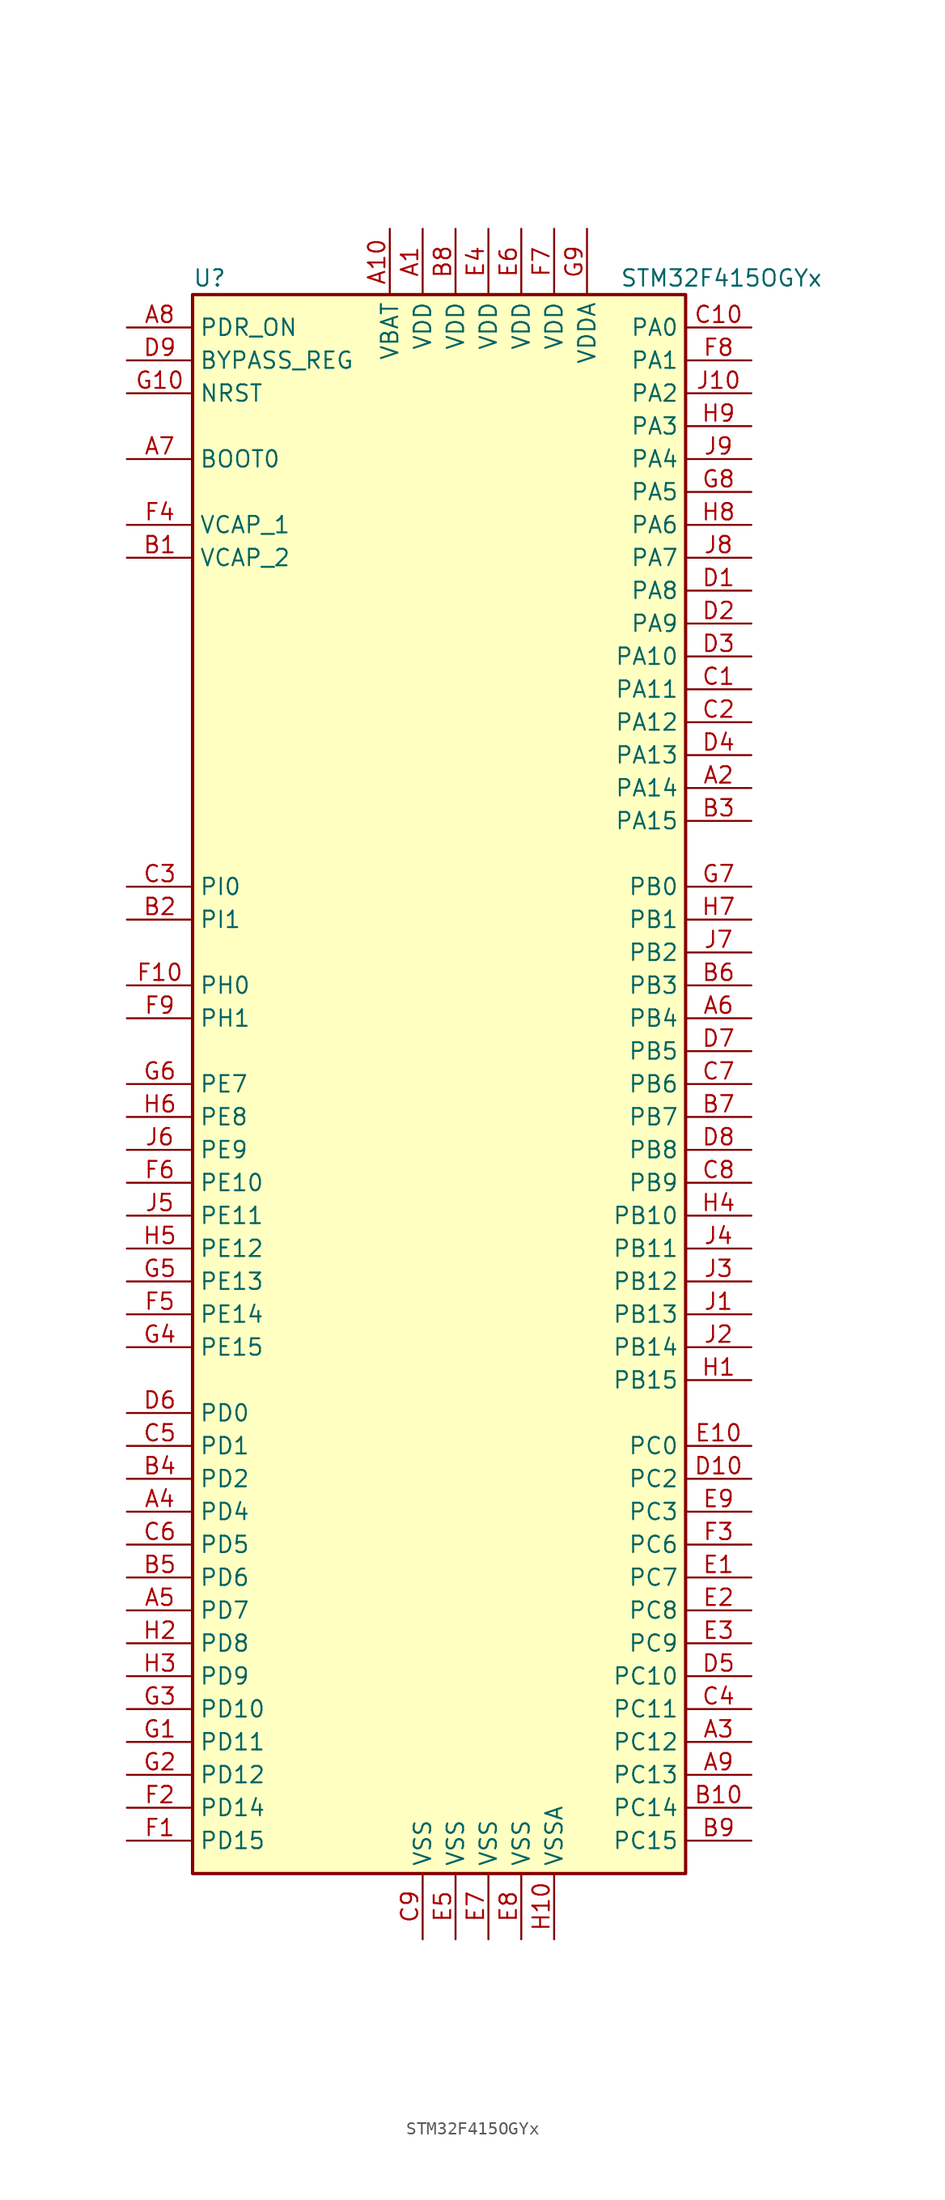
<source format=kicad_sym>
(kicad_symbol_lib
  (version 20201005)
  (generator kicad_symbol_editor)
  (symbol "MCU_ST_STM32F4:STM32F415OGYx"
    (property "Reference" "U"
      (at -20.32 62.23 0)
      (effects (font (size 1.27 1.27)) (justify left)))
    (property "Value" "STM32F415OGYx"
      (at 12.7 62.23 0)
      (effects (font (size 1.27 1.27)) (justify left)))
    (symbol "STM32F415OGYx_0_1"
      (rectangle (start -20.32 -60.96) (end 17.78 60.96) (stroke (width 0.254)) (fill (type background))))
    (symbol "STM32F415OGYx_1_1"
      (pin input line (at -25.4 48.26 0) (length 5.08) (name "BOOT0" (effects (font (size 1.27 1.27)))) (number "A7" (effects (font (size 1.27 1.27)))))
      (pin input line (at -25.4 55.88 0) (length 5.08) (name "BYPASS_REG" (effects (font (size 1.27 1.27)))) (number "D9" (effects (font (size 1.27 1.27)))))
      (pin input line (at -25.4 53.34 0) (length 5.08) (name "NRST" (effects (font (size 1.27 1.27)))) (number "G10" (effects (font (size 1.27 1.27)))))
      (pin bidirectional line (at 22.86 58.42 180) (length 5.08) (name "PA0" (effects (font (size 1.27 1.27)))) (number "C10" (effects (font (size 1.27 1.27)))))
      (pin bidirectional line (at 22.86 55.88 180) (length 5.08) (name "PA1" (effects (font (size 1.27 1.27)))) (number "F8" (effects (font (size 1.27 1.27)))))
      (pin bidirectional line (at 22.86 33.02 180) (length 5.08) (name "PA10" (effects (font (size 1.27 1.27)))) (number "D3" (effects (font (size 1.27 1.27)))))
      (pin bidirectional line (at 22.86 30.48 180) (length 5.08) (name "PA11" (effects (font (size 1.27 1.27)))) (number "C1" (effects (font (size 1.27 1.27)))))
      (pin bidirectional line (at 22.86 27.94 180) (length 5.08) (name "PA12" (effects (font (size 1.27 1.27)))) (number "C2" (effects (font (size 1.27 1.27)))))
      (pin bidirectional line (at 22.86 25.4 180) (length 5.08) (name "PA13" (effects (font (size 1.27 1.27)))) (number "D4" (effects (font (size 1.27 1.27)))))
      (pin bidirectional line (at 22.86 22.86 180) (length 5.08) (name "PA14" (effects (font (size 1.27 1.27)))) (number "A2" (effects (font (size 1.27 1.27)))))
      (pin bidirectional line (at 22.86 20.32 180) (length 5.08) (name "PA15" (effects (font (size 1.27 1.27)))) (number "B3" (effects (font (size 1.27 1.27)))))
      (pin bidirectional line (at 22.86 53.34 180) (length 5.08) (name "PA2" (effects (font (size 1.27 1.27)))) (number "J10" (effects (font (size 1.27 1.27)))))
      (pin bidirectional line (at 22.86 50.8 180) (length 5.08) (name "PA3" (effects (font (size 1.27 1.27)))) (number "H9" (effects (font (size 1.27 1.27)))))
      (pin bidirectional line (at 22.86 48.26 180) (length 5.08) (name "PA4" (effects (font (size 1.27 1.27)))) (number "J9" (effects (font (size 1.27 1.27)))))
      (pin bidirectional line (at 22.86 45.72 180) (length 5.08) (name "PA5" (effects (font (size 1.27 1.27)))) (number "G8" (effects (font (size 1.27 1.27)))))
      (pin bidirectional line (at 22.86 43.18 180) (length 5.08) (name "PA6" (effects (font (size 1.27 1.27)))) (number "H8" (effects (font (size 1.27 1.27)))))
      (pin bidirectional line (at 22.86 40.64 180) (length 5.08) (name "PA7" (effects (font (size 1.27 1.27)))) (number "J8" (effects (font (size 1.27 1.27)))))
      (pin bidirectional line (at 22.86 38.1 180) (length 5.08) (name "PA8" (effects (font (size 1.27 1.27)))) (number "D1" (effects (font (size 1.27 1.27)))))
      (pin bidirectional line (at 22.86 35.56 180) (length 5.08) (name "PA9" (effects (font (size 1.27 1.27)))) (number "D2" (effects (font (size 1.27 1.27)))))
      (pin bidirectional line (at 22.86 15.24 180) (length 5.08) (name "PB0" (effects (font (size 1.27 1.27)))) (number "G7" (effects (font (size 1.27 1.27)))))
      (pin bidirectional line (at 22.86 12.7 180) (length 5.08) (name "PB1" (effects (font (size 1.27 1.27)))) (number "H7" (effects (font (size 1.27 1.27)))))
      (pin bidirectional line (at 22.86 -10.16 180) (length 5.08) (name "PB10" (effects (font (size 1.27 1.27)))) (number "H4" (effects (font (size 1.27 1.27)))))
      (pin bidirectional line (at 22.86 -12.7 180) (length 5.08) (name "PB11" (effects (font (size 1.27 1.27)))) (number "J4" (effects (font (size 1.27 1.27)))))
      (pin bidirectional line (at 22.86 -15.24 180) (length 5.08) (name "PB12" (effects (font (size 1.27 1.27)))) (number "J3" (effects (font (size 1.27 1.27)))))
      (pin bidirectional line (at 22.86 -17.78 180) (length 5.08) (name "PB13" (effects (font (size 1.27 1.27)))) (number "J1" (effects (font (size 1.27 1.27)))))
      (pin bidirectional line (at 22.86 -20.32 180) (length 5.08) (name "PB14" (effects (font (size 1.27 1.27)))) (number "J2" (effects (font (size 1.27 1.27)))))
      (pin bidirectional line (at 22.86 -22.86 180) (length 5.08) (name "PB15" (effects (font (size 1.27 1.27)))) (number "H1" (effects (font (size 1.27 1.27)))))
      (pin bidirectional line (at 22.86 10.16 180) (length 5.08) (name "PB2" (effects (font (size 1.27 1.27)))) (number "J7" (effects (font (size 1.27 1.27)))))
      (pin bidirectional line (at 22.86 7.62 180) (length 5.08) (name "PB3" (effects (font (size 1.27 1.27)))) (number "B6" (effects (font (size 1.27 1.27)))))
      (pin bidirectional line (at 22.86 5.08 180) (length 5.08) (name "PB4" (effects (font (size 1.27 1.27)))) (number "A6" (effects (font (size 1.27 1.27)))))
      (pin bidirectional line (at 22.86 2.54 180) (length 5.08) (name "PB5" (effects (font (size 1.27 1.27)))) (number "D7" (effects (font (size 1.27 1.27)))))
      (pin bidirectional line (at 22.86 0 180) (length 5.08) (name "PB6" (effects (font (size 1.27 1.27)))) (number "C7" (effects (font (size 1.27 1.27)))))
      (pin bidirectional line (at 22.86 -2.54 180) (length 5.08) (name "PB7" (effects (font (size 1.27 1.27)))) (number "B7" (effects (font (size 1.27 1.27)))))
      (pin bidirectional line (at 22.86 -5.08 180) (length 5.08) (name "PB8" (effects (font (size 1.27 1.27)))) (number "D8" (effects (font (size 1.27 1.27)))))
      (pin bidirectional line (at 22.86 -7.62 180) (length 5.08) (name "PB9" (effects (font (size 1.27 1.27)))) (number "C8" (effects (font (size 1.27 1.27)))))
      (pin bidirectional line (at 22.86 -27.94 180) (length 5.08) (name "PC0" (effects (font (size 1.27 1.27)))) (number "E10" (effects (font (size 1.27 1.27)))))
      (pin bidirectional line (at 22.86 -45.72 180) (length 5.08) (name "PC10" (effects (font (size 1.27 1.27)))) (number "D5" (effects (font (size 1.27 1.27)))))
      (pin bidirectional line (at 22.86 -48.26 180) (length 5.08) (name "PC11" (effects (font (size 1.27 1.27)))) (number "C4" (effects (font (size 1.27 1.27)))))
      (pin bidirectional line (at 22.86 -50.8 180) (length 5.08) (name "PC12" (effects (font (size 1.27 1.27)))) (number "A3" (effects (font (size 1.27 1.27)))))
      (pin bidirectional line (at 22.86 -53.34 180) (length 5.08) (name "PC13" (effects (font (size 1.27 1.27)))) (number "A9" (effects (font (size 1.27 1.27)))))
      (pin bidirectional line (at 22.86 -55.88 180) (length 5.08) (name "PC14" (effects (font (size 1.27 1.27)))) (number "B10" (effects (font (size 1.27 1.27)))))
      (pin bidirectional line (at 22.86 -58.42 180) (length 5.08) (name "PC15" (effects (font (size 1.27 1.27)))) (number "B9" (effects (font (size 1.27 1.27)))))
      (pin bidirectional line (at 22.86 -30.48 180) (length 5.08) (name "PC2" (effects (font (size 1.27 1.27)))) (number "D10" (effects (font (size 1.27 1.27)))))
      (pin bidirectional line (at 22.86 -33.02 180) (length 5.08) (name "PC3" (effects (font (size 1.27 1.27)))) (number "E9" (effects (font (size 1.27 1.27)))))
      (pin bidirectional line (at 22.86 -35.56 180) (length 5.08) (name "PC6" (effects (font (size 1.27 1.27)))) (number "F3" (effects (font (size 1.27 1.27)))))
      (pin bidirectional line (at 22.86 -38.1 180) (length 5.08) (name "PC7" (effects (font (size 1.27 1.27)))) (number "E1" (effects (font (size 1.27 1.27)))))
      (pin bidirectional line (at 22.86 -40.64 180) (length 5.08) (name "PC8" (effects (font (size 1.27 1.27)))) (number "E2" (effects (font (size 1.27 1.27)))))
      (pin bidirectional line (at 22.86 -43.18 180) (length 5.08) (name "PC9" (effects (font (size 1.27 1.27)))) (number "E3" (effects (font (size 1.27 1.27)))))
      (pin bidirectional line (at -25.4 -25.4 0) (length 5.08) (name "PD0" (effects (font (size 1.27 1.27)))) (number "D6" (effects (font (size 1.27 1.27)))))
      (pin bidirectional line (at -25.4 -27.94 0) (length 5.08) (name "PD1" (effects (font (size 1.27 1.27)))) (number "C5" (effects (font (size 1.27 1.27)))))
      (pin bidirectional line (at -25.4 -48.26 0) (length 5.08) (name "PD10" (effects (font (size 1.27 1.27)))) (number "G3" (effects (font (size 1.27 1.27)))))
      (pin bidirectional line (at -25.4 -50.8 0) (length 5.08) (name "PD11" (effects (font (size 1.27 1.27)))) (number "G1" (effects (font (size 1.27 1.27)))))
      (pin bidirectional line (at -25.4 -53.34 0) (length 5.08) (name "PD12" (effects (font (size 1.27 1.27)))) (number "G2" (effects (font (size 1.27 1.27)))))
      (pin bidirectional line (at -25.4 -55.88 0) (length 5.08) (name "PD14" (effects (font (size 1.27 1.27)))) (number "F2" (effects (font (size 1.27 1.27)))))
      (pin bidirectional line (at -25.4 -58.42 0) (length 5.08) (name "PD15" (effects (font (size 1.27 1.27)))) (number "F1" (effects (font (size 1.27 1.27)))))
      (pin bidirectional line (at -25.4 -30.48 0) (length 5.08) (name "PD2" (effects (font (size 1.27 1.27)))) (number "B4" (effects (font (size 1.27 1.27)))))
      (pin bidirectional line (at -25.4 -33.02 0) (length 5.08) (name "PD4" (effects (font (size 1.27 1.27)))) (number "A4" (effects (font (size 1.27 1.27)))))
      (pin bidirectional line (at -25.4 -35.56 0) (length 5.08) (name "PD5" (effects (font (size 1.27 1.27)))) (number "C6" (effects (font (size 1.27 1.27)))))
      (pin bidirectional line (at -25.4 -38.1 0) (length 5.08) (name "PD6" (effects (font (size 1.27 1.27)))) (number "B5" (effects (font (size 1.27 1.27)))))
      (pin bidirectional line (at -25.4 -40.64 0) (length 5.08) (name "PD7" (effects (font (size 1.27 1.27)))) (number "A5" (effects (font (size 1.27 1.27)))))
      (pin bidirectional line (at -25.4 -43.18 0) (length 5.08) (name "PD8" (effects (font (size 1.27 1.27)))) (number "H2" (effects (font (size 1.27 1.27)))))
      (pin bidirectional line (at -25.4 -45.72 0) (length 5.08) (name "PD9" (effects (font (size 1.27 1.27)))) (number "H3" (effects (font (size 1.27 1.27)))))
      (pin input line (at -25.4 58.42 0) (length 5.08) (name "PDR_ON" (effects (font (size 1.27 1.27)))) (number "A8" (effects (font (size 1.27 1.27)))))
      (pin bidirectional line (at -25.4 -7.62 0) (length 5.08) (name "PE10" (effects (font (size 1.27 1.27)))) (number "F6" (effects (font (size 1.27 1.27)))))
      (pin bidirectional line (at -25.4 -10.16 0) (length 5.08) (name "PE11" (effects (font (size 1.27 1.27)))) (number "J5" (effects (font (size 1.27 1.27)))))
      (pin bidirectional line (at -25.4 -12.7 0) (length 5.08) (name "PE12" (effects (font (size 1.27 1.27)))) (number "H5" (effects (font (size 1.27 1.27)))))
      (pin bidirectional line (at -25.4 -15.24 0) (length 5.08) (name "PE13" (effects (font (size 1.27 1.27)))) (number "G5" (effects (font (size 1.27 1.27)))))
      (pin bidirectional line (at -25.4 -17.78 0) (length 5.08) (name "PE14" (effects (font (size 1.27 1.27)))) (number "F5" (effects (font (size 1.27 1.27)))))
      (pin bidirectional line (at -25.4 -20.32 0) (length 5.08) (name "PE15" (effects (font (size 1.27 1.27)))) (number "G4" (effects (font (size 1.27 1.27)))))
      (pin bidirectional line (at -25.4 0 0) (length 5.08) (name "PE7" (effects (font (size 1.27 1.27)))) (number "G6" (effects (font (size 1.27 1.27)))))
      (pin bidirectional line (at -25.4 -2.54 0) (length 5.08) (name "PE8" (effects (font (size 1.27 1.27)))) (number "H6" (effects (font (size 1.27 1.27)))))
      (pin bidirectional line (at -25.4 -5.08 0) (length 5.08) (name "PE9" (effects (font (size 1.27 1.27)))) (number "J6" (effects (font (size 1.27 1.27)))))
      (pin input line (at -25.4 7.62 0) (length 5.08) (name "PH0" (effects (font (size 1.27 1.27)))) (number "F10" (effects (font (size 1.27 1.27)))))
      (pin input line (at -25.4 5.08 0) (length 5.08) (name "PH1" (effects (font (size 1.27 1.27)))) (number "F9" (effects (font (size 1.27 1.27)))))
      (pin bidirectional line (at -25.4 15.24 0) (length 5.08) (name "PI0" (effects (font (size 1.27 1.27)))) (number "C3" (effects (font (size 1.27 1.27)))))
      (pin bidirectional line (at -25.4 12.7 0) (length 5.08) (name "PI1" (effects (font (size 1.27 1.27)))) (number "B2" (effects (font (size 1.27 1.27)))))
      (pin power_in line (at -5.08 66.04 270) (length 5.08) (name "VBAT" (effects (font (size 1.27 1.27)))) (number "A10" (effects (font (size 1.27 1.27)))))
      (pin power_in line (at -25.4 43.18 0) (length 5.08) (name "VCAP_1" (effects (font (size 1.27 1.27)))) (number "F4" (effects (font (size 1.27 1.27)))))
      (pin power_in line (at -25.4 40.64 0) (length 5.08) (name "VCAP_2" (effects (font (size 1.27 1.27)))) (number "B1" (effects (font (size 1.27 1.27)))))
      (pin power_in line (at -2.54 66.04 270) (length 5.08) (name "VDD" (effects (font (size 1.27 1.27)))) (number "A1" (effects (font (size 1.27 1.27)))))
      (pin power_in line (at 0 66.04 270) (length 5.08) (name "VDD" (effects (font (size 1.27 1.27)))) (number "B8" (effects (font (size 1.27 1.27)))))
      (pin power_in line (at 2.54 66.04 270) (length 5.08) (name "VDD" (effects (font (size 1.27 1.27)))) (number "E4" (effects (font (size 1.27 1.27)))))
      (pin power_in line (at 5.08 66.04 270) (length 5.08) (name "VDD" (effects (font (size 1.27 1.27)))) (number "E6" (effects (font (size 1.27 1.27)))))
      (pin power_in line (at 7.62 66.04 270) (length 5.08) (name "VDD" (effects (font (size 1.27 1.27)))) (number "F7" (effects (font (size 1.27 1.27)))))
      (pin power_in line (at 10.16 66.04 270) (length 5.08) (name "VDDA" (effects (font (size 1.27 1.27)))) (number "G9" (effects (font (size 1.27 1.27)))))
      (pin power_in line (at -2.54 -66.04 90) (length 5.08) (name "VSS" (effects (font (size 1.27 1.27)))) (number "C9" (effects (font (size 1.27 1.27)))))
      (pin power_in line (at 0 -66.04 90) (length 5.08) (name "VSS" (effects (font (size 1.27 1.27)))) (number "E5" (effects (font (size 1.27 1.27)))))
      (pin power_in line (at 2.54 -66.04 90) (length 5.08) (name "VSS" (effects (font (size 1.27 1.27)))) (number "E7" (effects (font (size 1.27 1.27)))))
      (pin power_in line (at 5.08 -66.04 90) (length 5.08) (name "VSS" (effects (font (size 1.27 1.27)))) (number "E8" (effects (font (size 1.27 1.27)))))
      (pin power_in line (at 7.62 -66.04 90) (length 5.08) (name "VSSA" (effects (font (size 1.27 1.27)))) (number "H10" (effects (font (size 1.27 1.27))))))))
</source>
